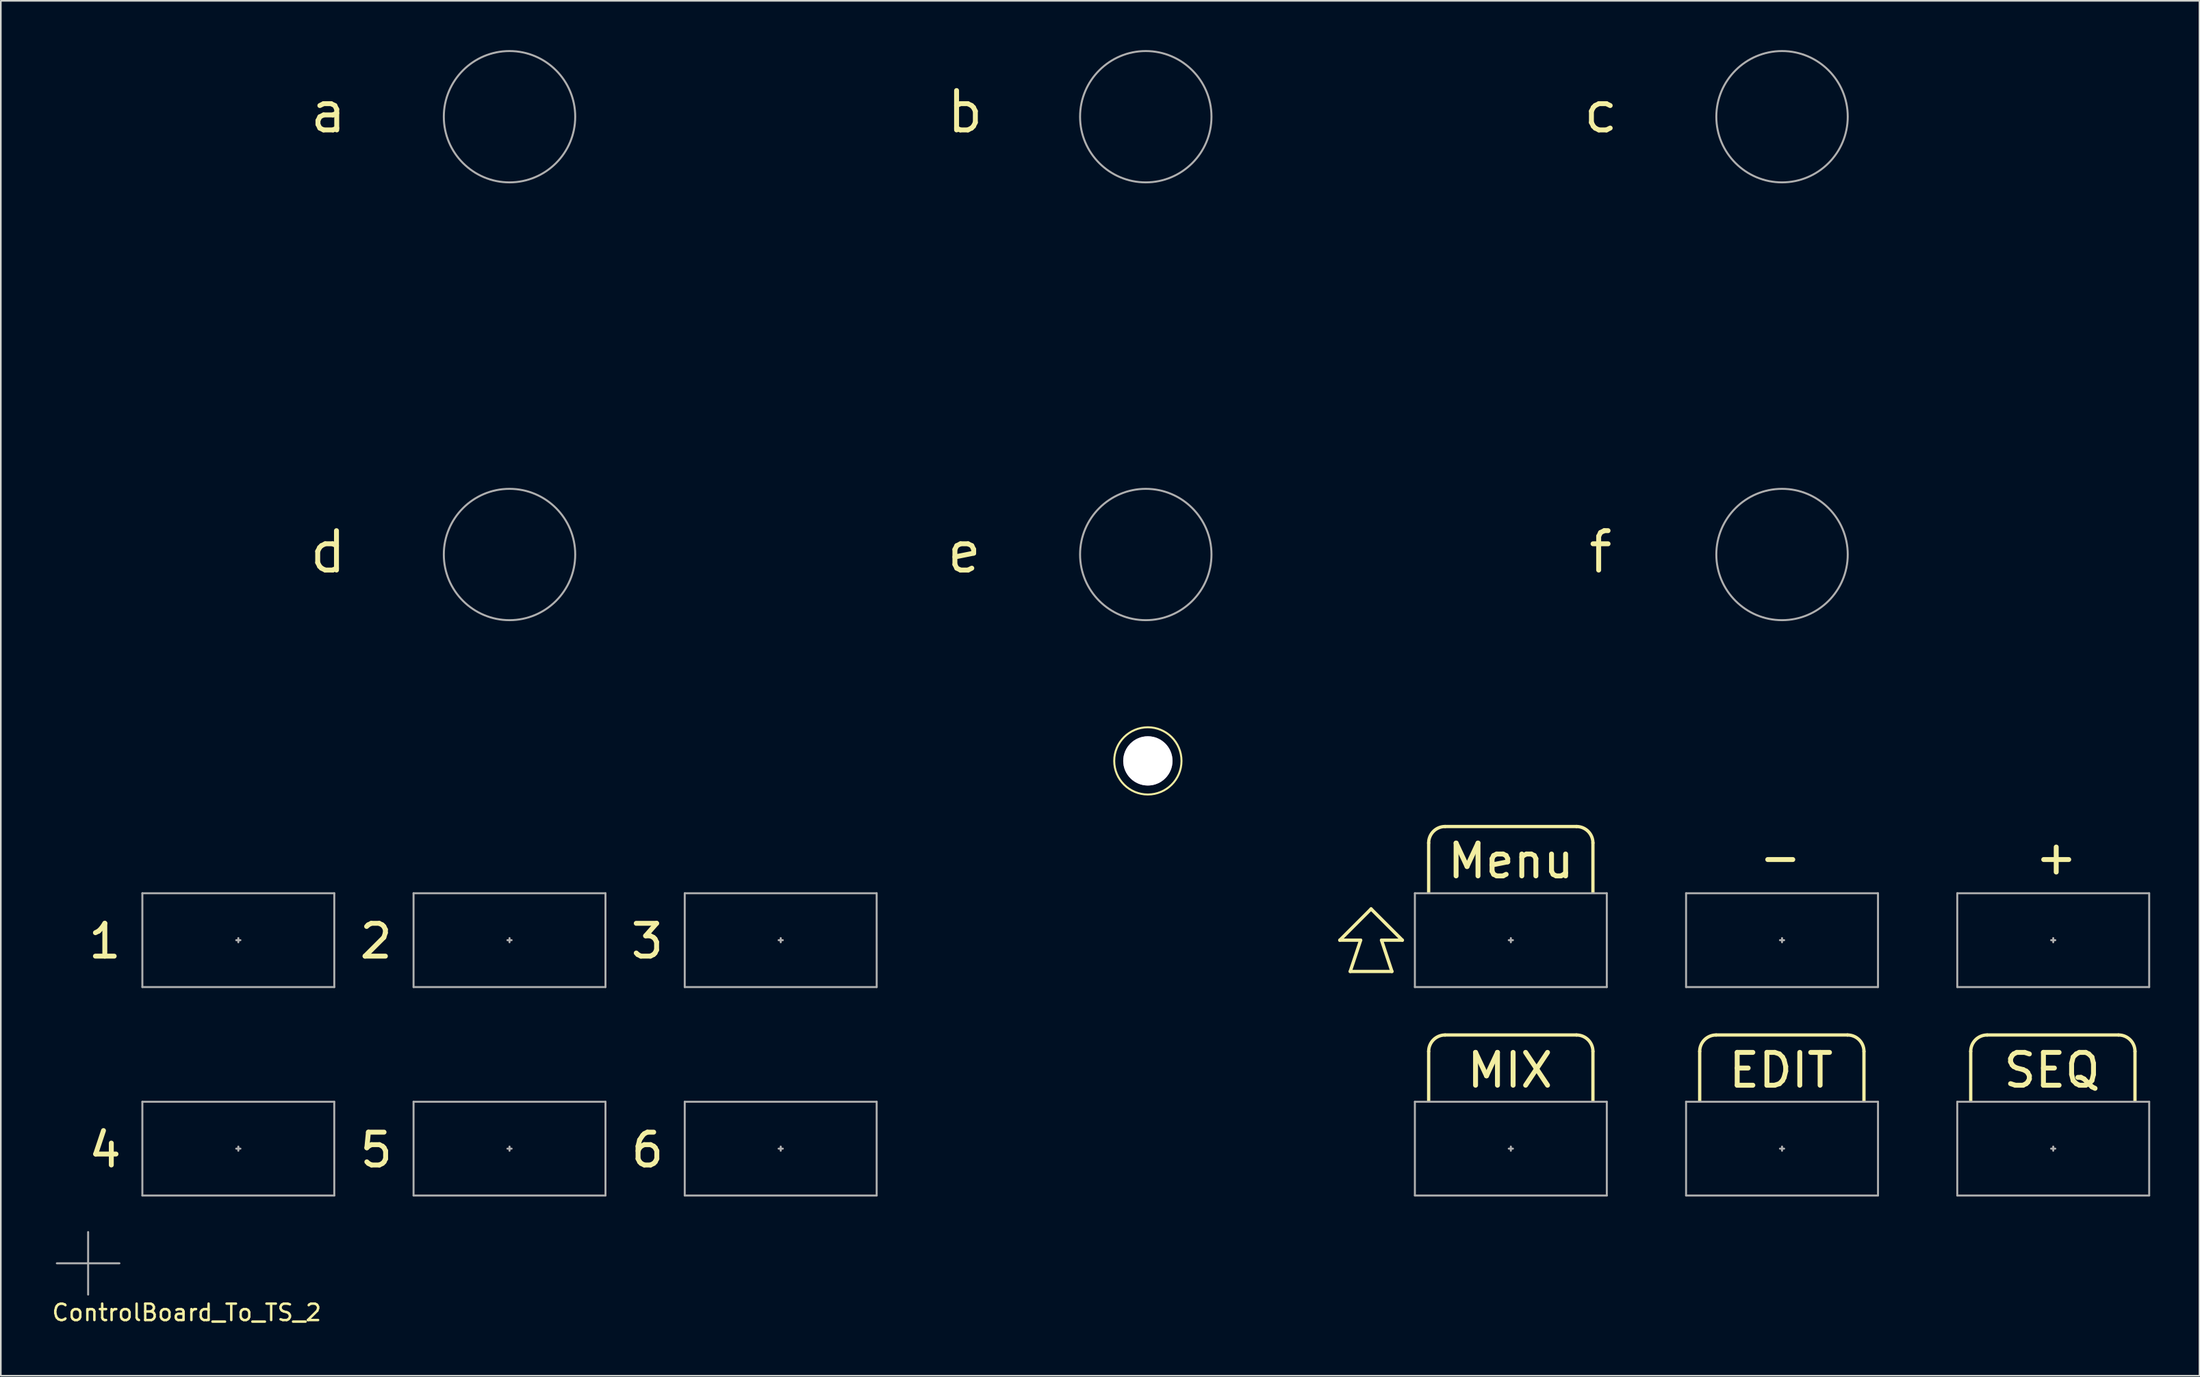
<source format=kicad_pcb>
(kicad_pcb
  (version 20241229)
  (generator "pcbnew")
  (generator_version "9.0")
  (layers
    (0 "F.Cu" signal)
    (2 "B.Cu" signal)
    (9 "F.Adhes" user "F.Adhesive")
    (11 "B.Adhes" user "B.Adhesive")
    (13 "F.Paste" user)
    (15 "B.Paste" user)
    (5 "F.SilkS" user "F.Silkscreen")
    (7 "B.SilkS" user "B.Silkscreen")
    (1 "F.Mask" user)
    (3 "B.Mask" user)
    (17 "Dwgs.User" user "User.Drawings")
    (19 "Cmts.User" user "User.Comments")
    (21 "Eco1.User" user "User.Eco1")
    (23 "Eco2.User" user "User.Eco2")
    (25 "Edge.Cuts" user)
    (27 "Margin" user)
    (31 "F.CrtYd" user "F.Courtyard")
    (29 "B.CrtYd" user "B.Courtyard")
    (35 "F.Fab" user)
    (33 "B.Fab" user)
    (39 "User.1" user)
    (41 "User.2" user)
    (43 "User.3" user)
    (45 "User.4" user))
  (footprint "ControlBoard_To_TS_2"
    (layer "F.Cu")
    (at 2.315 73.91)
    (property "Reference" "ControlBoard_To_TS_2" (at 6 3 0) (layer "F.SilkS") (effects (font (size 1 1) (thickness 0.15))))
    (attr through_hole)
    (fp_line (start 76.2 -19.685) (end 78.105 -21.59) (stroke (width 0.2) (type solid)) (layer "F.SilkS"))
    (fp_line (start 76.835 -17.78) (end 77.47 -19.685) (stroke (width 0.2) (type solid)) (layer "F.SilkS"))
    (fp_line (start 77.47 -19.685) (end 76.2 -19.685) (stroke (width 0.2) (type solid)) (layer "F.SilkS"))
    (fp_line (start 78.105 -21.59) (end 80.01 -19.685) (stroke (width 0.2) (type solid)) (layer "F.SilkS"))
    (fp_line (start 78.74 -19.685) (end 79.375 -17.78) (stroke (width 0.2) (type solid)) (layer "F.SilkS"))
    (fp_line (start 79.375 -17.78) (end 76.835 -17.78) (stroke (width 0.2) (type solid)) (layer "F.SilkS"))
    (fp_line (start 80.01 -19.685) (end 78.74 -19.685) (stroke (width 0.2) (type solid)) (layer "F.SilkS"))
    (fp_line (start 81.611 -22.61) (end 81.611 -25.61) (stroke (width 0.2) (type solid)) (layer "F.SilkS"))
    (fp_line (start 81.611 -9.909) (end 81.611 -12.909) (stroke (width 0.2) (type solid)) (layer "F.SilkS"))
    (fp_line (start 82.611 -26.61) (end 90.611 -26.61) (stroke (width 0.2) (type solid)) (layer "F.SilkS"))
    (fp_line (start 82.611 -13.909) (end 90.611 -13.909) (stroke (width 0.2) (type solid)) (layer "F.SilkS"))
    (fp_line (start 91.611 -25.61) (end 91.611 -22.61) (stroke (width 0.2) (type solid)) (layer "F.SilkS"))
    (fp_line (start 91.611 -12.909) (end 91.611 -9.909) (stroke (width 0.2) (type solid)) (layer "F.SilkS"))
    (fp_line (start 98.111 -9.909) (end 98.111 -12.909) (stroke (width 0.2) (type solid)) (layer "F.SilkS"))
    (fp_line (start 99.111 -13.909) (end 107.111 -13.909) (stroke (width 0.2) (type solid)) (layer "F.SilkS"))
    (fp_line (start 108.111 -12.909) (end 108.111 -9.909) (stroke (width 0.2) (type solid)) (layer "F.SilkS"))
    (fp_line (start 114.611 -9.909) (end 114.611 -12.909) (stroke (width 0.2) (type solid)) (layer "F.SilkS"))
    (fp_line (start 115.611 -13.909) (end 123.611 -13.909) (stroke (width 0.2) (type solid)) (layer "F.SilkS"))
    (fp_line (start 124.611 -12.909) (end 124.611 -9.909) (stroke (width 0.2) (type solid)) (layer "F.SilkS"))
    (fp_arc (start 81.611 -25.6095) (mid 81.903893 -26.316607) (end 82.611 -26.6095) (stroke (width 0.2) (type solid)) (layer "F.SilkS"))
    (fp_arc (start 81.611 -12.9095) (mid 81.903893 -13.616607) (end 82.611 -13.9095) (stroke (width 0.2) (type solid)) (layer "F.SilkS"))
    (fp_arc (start 90.611 -26.6095) (mid 91.318107 -26.316607) (end 91.611 -25.6095) (stroke (width 0.2) (type solid)) (layer "F.SilkS"))
    (fp_arc (start 90.611 -13.9095) (mid 91.318107 -13.616607) (end 91.611 -12.9095) (stroke (width 0.2) (type solid)) (layer "F.SilkS"))
    (fp_arc (start 98.111 -12.9095) (mid 98.403893 -13.616607) (end 99.111 -13.9095) (stroke (width 0.2) (type solid)) (layer "F.SilkS"))
    (fp_arc (start 107.111 -13.9095) (mid 107.818107 -13.616607) (end 108.111 -12.9095) (stroke (width 0.2) (type solid)) (layer "F.SilkS"))
    (fp_arc (start 114.611 -12.9095) (mid 114.903893 -13.616607) (end 115.611 -13.9095) (stroke (width 0.2) (type solid)) (layer "F.SilkS"))
    (fp_arc (start 123.611 -13.9095) (mid 124.318107 -13.616607) (end 124.611 -12.9095) (stroke (width 0.2) (type solid)) (layer "F.SilkS"))
    (fp_circle (center 64.516 -30.607) (end 66.548 -30.353) (stroke (width 0.12) (type solid)) (fill no) (layer "F.SilkS"))
    (fp_line (start -1.905 0) (end 1.905 0) (stroke (width 0.12) (type solid)) (layer "F.Fab"))
    (fp_line (start 0 -1.905) (end 0 1.905) (stroke (width 0.12) (type solid)) (layer "F.Fab"))
    (fp_line (start 3.302 -22.543) (end 14.986 -22.543) (stroke (width 0.12) (type solid)) (layer "F.Fab"))
    (fp_line (start 3.302 -16.828) (end 3.302 -22.543) (stroke (width 0.12) (type solid)) (layer "F.Fab"))
    (fp_line (start 3.302 -9.842) (end 14.984 -9.842) (stroke (width 0.12) (type solid)) (layer "F.Fab"))
    (fp_line (start 3.302 -4.128) (end 3.302 -9.842) (stroke (width 0.12) (type solid)) (layer "F.Fab"))
    (fp_line (start 9.017 -19.685) (end 9.271 -19.685) (stroke (width 0.12) (type solid)) (layer "F.Fab"))
    (fp_line (start 9.017 -6.985) (end 9.271 -6.985) (stroke (width 0.12) (type solid)) (layer "F.Fab"))
    (fp_line (start 9.144 -19.812) (end 9.144 -19.558) (stroke (width 0.12) (type solid)) (layer "F.Fab"))
    (fp_line (start 9.144 -7.112) (end 9.144 -6.858) (stroke (width 0.12) (type solid)) (layer "F.Fab"))
    (fp_line (start 14.984 -9.842) (end 14.986 -4.128) (stroke (width 0.12) (type solid)) (layer "F.Fab"))
    (fp_line (start 14.986 -22.543) (end 14.986 -16.828) (stroke (width 0.12) (type solid)) (layer "F.Fab"))
    (fp_line (start 14.986 -16.828) (end 3.302 -16.828) (stroke (width 0.12) (type solid)) (layer "F.Fab"))
    (fp_line (start 14.986 -4.128) (end 3.302 -4.128) (stroke (width 0.12) (type solid)) (layer "F.Fab"))
    (fp_line (start 19.812 -22.543) (end 31.496 -22.543) (stroke (width 0.12) (type solid)) (layer "F.Fab"))
    (fp_line (start 19.812 -16.828) (end 19.812 -22.543) (stroke (width 0.12) (type solid)) (layer "F.Fab"))
    (fp_line (start 19.812 -9.842) (end 31.496 -9.842) (stroke (width 0.12) (type solid)) (layer "F.Fab"))
    (fp_line (start 19.812 -4.128) (end 19.812 -9.842) (stroke (width 0.12) (type solid)) (layer "F.Fab"))
    (fp_line (start 25.527 -19.685) (end 25.781 -19.685) (stroke (width 0.12) (type solid)) (layer "F.Fab"))
    (fp_line (start 25.527 -6.985) (end 25.781 -6.985) (stroke (width 0.12) (type solid)) (layer "F.Fab"))
    (fp_line (start 25.654 -19.812) (end 25.654 -19.558) (stroke (width 0.12) (type solid)) (layer "F.Fab"))
    (fp_line (start 25.654 -7.112) (end 25.654 -6.858) (stroke (width 0.12) (type solid)) (layer "F.Fab"))
    (fp_line (start 31.496 -22.543) (end 31.496 -16.828) (stroke (width 0.12) (type solid)) (layer "F.Fab"))
    (fp_line (start 31.496 -16.828) (end 19.812 -16.828) (stroke (width 0.12) (type solid)) (layer "F.Fab"))
    (fp_line (start 31.496 -9.842) (end 31.496 -4.128) (stroke (width 0.12) (type solid)) (layer "F.Fab"))
    (fp_line (start 31.496 -4.128) (end 19.812 -4.128) (stroke (width 0.12) (type solid)) (layer "F.Fab"))
    (fp_line (start 36.322 -22.543) (end 48.006 -22.543) (stroke (width 0.12) (type solid)) (layer "F.Fab"))
    (fp_line (start 36.322 -16.828) (end 36.322 -22.543) (stroke (width 0.12) (type solid)) (layer "F.Fab"))
    (fp_line (start 36.322 -9.842) (end 48.006 -9.842) (stroke (width 0.12) (type solid)) (layer "F.Fab"))
    (fp_line (start 36.322 -4.128) (end 36.322 -9.842) (stroke (width 0.12) (type solid)) (layer "F.Fab"))
    (fp_line (start 42.037 -19.685) (end 42.291 -19.685) (stroke (width 0.12) (type solid)) (layer "F.Fab"))
    (fp_line (start 42.037 -6.985) (end 42.291 -6.985) (stroke (width 0.12) (type solid)) (layer "F.Fab"))
    (fp_line (start 42.164 -19.812) (end 42.164 -19.558) (stroke (width 0.12) (type solid)) (layer "F.Fab"))
    (fp_line (start 42.164 -7.112) (end 42.164 -6.858) (stroke (width 0.12) (type solid)) (layer "F.Fab"))
    (fp_line (start 48.006 -22.543) (end 48.008 -16.828) (stroke (width 0.12) (type solid)) (layer "F.Fab"))
    (fp_line (start 48.006 -16.828) (end 36.322 -16.828) (stroke (width 0.12) (type solid)) (layer "F.Fab"))
    (fp_line (start 48.006 -9.842) (end 48.006 -4.128) (stroke (width 0.12) (type solid)) (layer "F.Fab"))
    (fp_line (start 48.006 -4.128) (end 36.322 -4.128) (stroke (width 0.12) (type solid)) (layer "F.Fab"))
    (fp_line (start 80.772 -22.543) (end 92.456 -22.543) (stroke (width 0.12) (type solid)) (layer "F.Fab"))
    (fp_line (start 80.772 -16.828) (end 80.772 -22.543) (stroke (width 0.12) (type solid)) (layer "F.Fab"))
    (fp_line (start 80.772 -9.842) (end 92.454 -9.842) (stroke (width 0.12) (type solid)) (layer "F.Fab"))
    (fp_line (start 80.772 -4.128) (end 80.772 -9.842) (stroke (width 0.12) (type solid)) (layer "F.Fab"))
    (fp_line (start 86.487 -19.685) (end 86.741 -19.685) (stroke (width 0.12) (type solid)) (layer "F.Fab"))
    (fp_line (start 86.487 -6.985) (end 86.741 -6.985) (stroke (width 0.12) (type solid)) (layer "F.Fab"))
    (fp_line (start 86.614 -19.812) (end 86.614 -19.558) (stroke (width 0.12) (type solid)) (layer "F.Fab"))
    (fp_line (start 86.614 -7.112) (end 86.614 -6.858) (stroke (width 0.12) (type solid)) (layer "F.Fab"))
    (fp_line (start 92.456 -22.543) (end 92.456 -16.828) (stroke (width 0.12) (type solid)) (layer "F.Fab"))
    (fp_line (start 92.456 -16.828) (end 80.772 -16.828) (stroke (width 0.12) (type solid)) (layer "F.Fab"))
    (fp_line (start 92.456 -9.842) (end 92.456 -4.128) (stroke (width 0.12) (type solid)) (layer "F.Fab"))
    (fp_line (start 92.456 -4.128) (end 80.772 -4.128) (stroke (width 0.12) (type solid)) (layer "F.Fab"))
    (fp_line (start 97.282 -22.543) (end 108.964 -22.543) (stroke (width 0.12) (type solid)) (layer "F.Fab"))
    (fp_line (start 97.282 -16.828) (end 97.282 -22.543) (stroke (width 0.12) (type solid)) (layer "F.Fab"))
    (fp_line (start 97.282 -9.842) (end 108.966 -9.842) (stroke (width 0.12) (type solid)) (layer "F.Fab"))
    (fp_line (start 97.282 -4.128) (end 97.282 -9.842) (stroke (width 0.12) (type solid)) (layer "F.Fab"))
    (fp_line (start 102.997 -19.685) (end 103.251 -19.685) (stroke (width 0.12) (type solid)) (layer "F.Fab"))
    (fp_line (start 102.997 -6.985) (end 103.251 -6.985) (stroke (width 0.12) (type solid)) (layer "F.Fab"))
    (fp_line (start 103.124 -19.812) (end 103.124 -19.558) (stroke (width 0.12) (type solid)) (layer "F.Fab"))
    (fp_line (start 103.124 -7.112) (end 103.124 -6.858) (stroke (width 0.12) (type solid)) (layer "F.Fab"))
    (fp_line (start 108.966 -22.543) (end 108.966 -16.828) (stroke (width 0.12) (type solid)) (layer "F.Fab"))
    (fp_line (start 108.966 -16.828) (end 97.282 -16.828) (stroke (width 0.12) (type solid)) (layer "F.Fab"))
    (fp_line (start 108.966 -9.842) (end 108.966 -4.128) (stroke (width 0.12) (type solid)) (layer "F.Fab"))
    (fp_line (start 108.966 -4.128) (end 97.282 -4.128) (stroke (width 0.12) (type solid)) (layer "F.Fab"))
    (fp_line (start 113.792 -22.543) (end 125.474 -22.543) (stroke (width 0.12) (type solid)) (layer "F.Fab"))
    (fp_line (start 113.792 -16.828) (end 113.792 -22.543) (stroke (width 0.12) (type solid)) (layer "F.Fab"))
    (fp_line (start 113.792 -9.842) (end 125.476 -9.842) (stroke (width 0.12) (type solid)) (layer "F.Fab"))
    (fp_line (start 113.792 -4.128) (end 113.792 -9.842) (stroke (width 0.12) (type solid)) (layer "F.Fab"))
    (fp_line (start 119.507 -19.685) (end 119.761 -19.685) (stroke (width 0.12) (type solid)) (layer "F.Fab"))
    (fp_line (start 119.507 -6.985) (end 119.761 -6.985) (stroke (width 0.12) (type solid)) (layer "F.Fab"))
    (fp_line (start 119.634 -19.812) (end 119.634 -19.558) (stroke (width 0.12) (type solid)) (layer "F.Fab"))
    (fp_line (start 119.634 -7.112) (end 119.634 -6.858) (stroke (width 0.12) (type solid)) (layer "F.Fab"))
    (fp_line (start 125.476 -22.543) (end 125.476 -16.828) (stroke (width 0.12) (type solid)) (layer "F.Fab"))
    (fp_line (start 125.476 -16.828) (end 113.792 -16.828) (stroke (width 0.12) (type solid)) (layer "F.Fab"))
    (fp_line (start 125.476 -9.842) (end 125.476 -4.128) (stroke (width 0.12) (type solid)) (layer "F.Fab"))
    (fp_line (start 125.476 -4.128) (end 113.792 -4.128) (stroke (width 0.12) (type solid)) (layer "F.Fab"))
    (fp_circle (center 25.654 -69.85) (end 29.654 -69.85) (stroke (width 0.12) (type solid)) (fill no) (layer "F.Fab"))
    (fp_circle (center 25.654 -43.18) (end 29.654 -43.18) (stroke (width 0.12) (type solid)) (fill no) (layer "F.Fab"))
    (fp_circle (center 64.389 -69.85) (end 68.389 -69.85) (stroke (width 0.12) (type solid)) (fill no) (layer "F.Fab"))
    (fp_circle (center 64.389 -43.18) (end 68.389 -43.18) (stroke (width 0.12) (type solid)) (fill no) (layer "F.Fab"))
    (fp_circle (center 103.124 -69.85) (end 107.124 -69.85) (stroke (width 0.12) (type solid)) (fill no) (layer "F.Fab"))
    (fp_circle (center 103.124 -43.18) (end 107.124 -43.18) (stroke (width 0.12) (type solid)) (fill no) (layer "F.Fab"))
    (fp_text user "4" (at 1.03 -6.9 0) (layer "F.SilkS") (effects (font (size 2 2) (thickness 0.3))))
    (fp_text user "+" (at 119.816 -24.745 180) (layer "F.SilkS") (effects (font (size 2 2) (thickness 0.3))))
    (fp_text user "1" (at 1.016 -19.622 0) (layer "F.SilkS") (effects (font (size 2 2) (thickness 0.3))))
    (fp_text user "a" (at 14.621 -70.139 0) (layer "F.SilkS") (effects (font (size 2.4 2.4) (thickness 0.3))))
    (fp_text user "c" (at 92.091 -70.139 0) (layer "F.SilkS") (effects (font (size 2.4 2.4) (thickness 0.3))))
    (fp_text user "SEQ" (at 119.561 -11.759 0) (layer "F.SilkS") (effects (font (size 2 2) (thickness 0.3))))
    (fp_text user "EDIT" (at 103.061 -11.759 0) (layer "F.SilkS") (effects (font (size 2 2) (thickness 0.3))))
    (fp_text user "6" (at 34.05 -6.9 0) (layer "F.SilkS") (effects (font (size 2 2) (thickness 0.3))))
    (fp_text user "5" (at 17.54 -6.9 0) (layer "F.SilkS") (effects (font (size 2 2) (thickness 0.3))))
    (fp_text user "d" (at 14.605 -43.327 0) (layer "F.SilkS") (effects (font (size 2.4 2.4) (thickness 0.3))))
    (fp_text user "MIX" (at 86.561 -11.759 0) (layer "F.SilkS") (effects (font (size 2 2) (thickness 0.3))))
    (fp_text user "e" (at 53.34 -43.327 0) (layer "F.SilkS") (effects (font (size 2.4 2.4) (thickness 0.3))))
    (fp_text user "2" (at 17.526 -19.622 0) (layer "F.SilkS") (effects (font (size 2 2) (thickness 0.3))))
    (fp_text user "-" (at 103.016 -24.745 180) (layer "F.SilkS") (effects (font (size 2 2) (thickness 0.3))))
    (fp_text user "3" (at 34.036 -19.622 0) (layer "F.SilkS") (effects (font (size 2 2) (thickness 0.3))))
    (fp_text user "b" (at 53.385 -70.139 0) (layer "F.SilkS") (effects (font (size 2.4 2.4) (thickness 0.3))))
    (fp_text user "Menu" (at 86.614 -24.511 0) (layer "F.SilkS") (effects (font (size 2 2) (thickness 0.3))))
    (fp_text user "f" (at 92.075 -43.327 0) (layer "F.SilkS") (effects (font (size 2.4 2.4) (thickness 0.3))))
    (pad "" thru_hole circle (at 64.516 -30.607) (size 3 3) (drill 3) (layers "*.Cu" "*.Mask")))
  (gr_rect
    (start -3 -3)
    (end 130.851 80.758)
    (stroke (width 0.1) (type default))
    (fill no)
    (layer "Edge.Cuts")))
</source>
